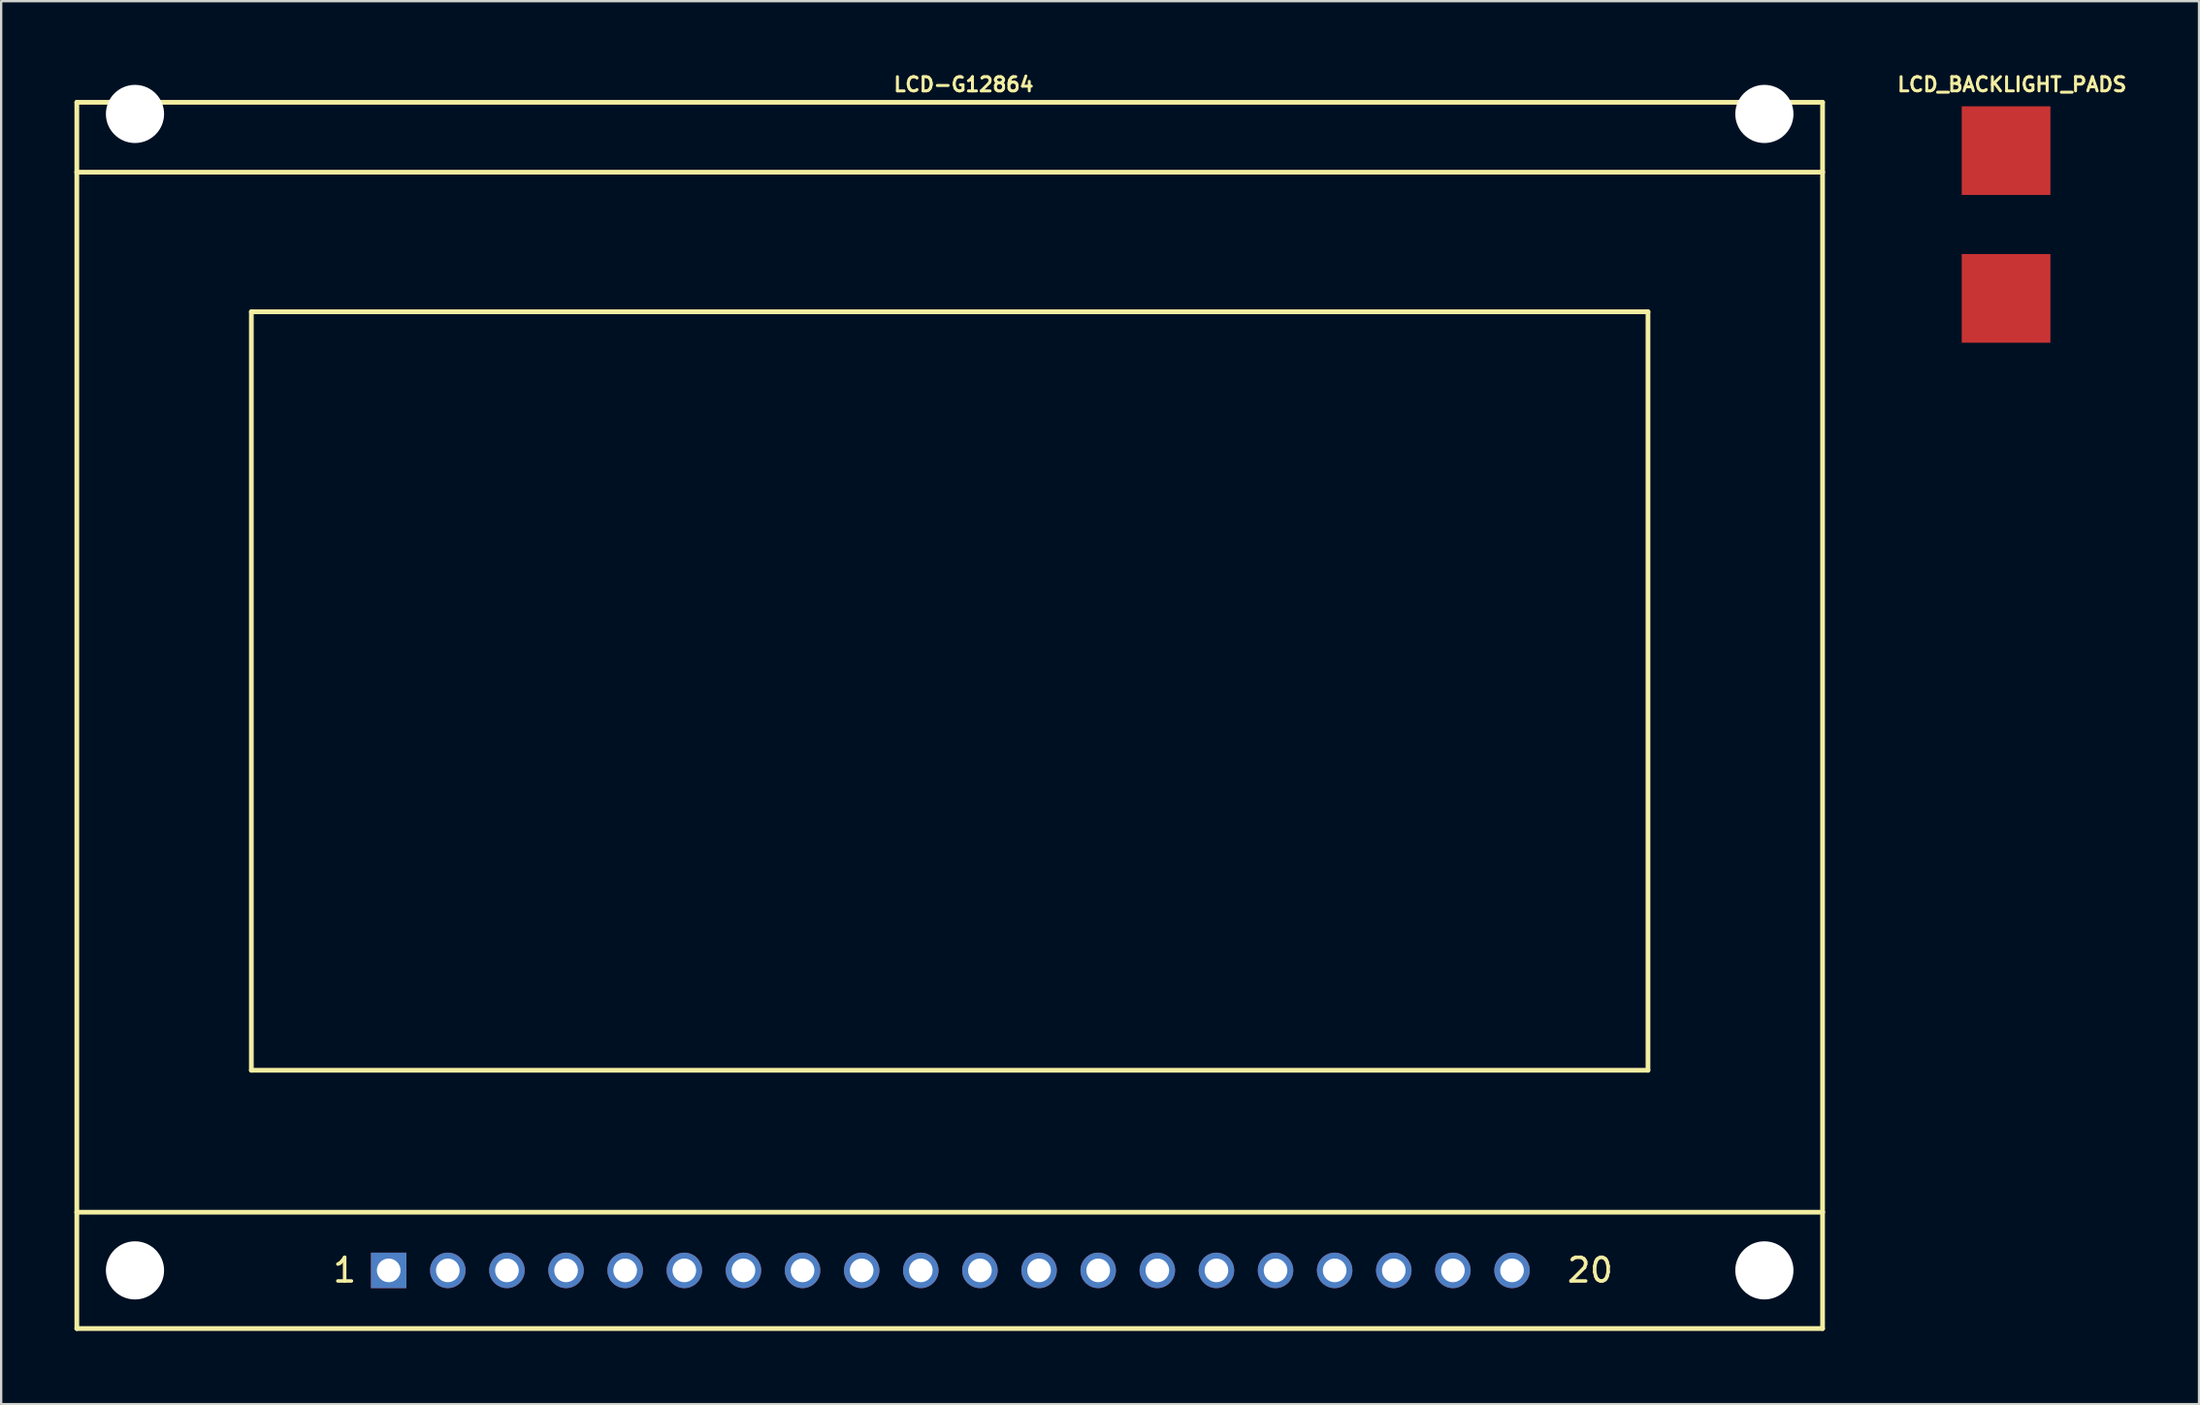
<source format=kicad_pcb>
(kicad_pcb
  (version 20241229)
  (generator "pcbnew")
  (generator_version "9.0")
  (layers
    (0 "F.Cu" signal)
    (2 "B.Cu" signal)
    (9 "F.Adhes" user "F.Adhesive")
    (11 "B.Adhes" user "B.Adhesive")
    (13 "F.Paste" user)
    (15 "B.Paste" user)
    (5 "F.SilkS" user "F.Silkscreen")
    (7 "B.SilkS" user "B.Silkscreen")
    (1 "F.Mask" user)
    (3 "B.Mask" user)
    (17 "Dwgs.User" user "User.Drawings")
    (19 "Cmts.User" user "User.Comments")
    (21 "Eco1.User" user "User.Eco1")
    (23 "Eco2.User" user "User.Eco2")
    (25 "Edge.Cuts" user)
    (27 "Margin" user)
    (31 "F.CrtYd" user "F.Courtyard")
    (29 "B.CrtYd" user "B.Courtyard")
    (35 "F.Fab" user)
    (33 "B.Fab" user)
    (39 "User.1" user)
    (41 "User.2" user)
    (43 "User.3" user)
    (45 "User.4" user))
  (footprint "LCD_BACKLIGHT_PADS"
    (layer "F.Cu")
    (at 83.132 9.774)
    (property "Reference" "LCD_BACKLIGHT_PADS" (at 0.254 -9.195 0) (layer "F.SilkS") (effects (font (size 0.61 0.61) (thickness 0.127))))
    (attr smd)
    (pad "P$1" smd rect (at 0 0) (size 3.81 3.81) (layers "F.Cu" "F.Mask" "F.Paste"))
    (pad "P$2" smd rect (at 0 -6.35) (size 3.81 3.81) (layers "F.Cu" "F.Mask" "F.Paste")))
  (footprint "LCD-G12864"
    (layer "F.Cu")
    (at 0.25 54.047)
    (property "Reference" "LCD-G12864" (at 38.1 -53.467 0) (layer "F.SilkS") (effects (font (size 0.61 0.61) (thickness 0.127))))
    (attr exclude_from_pos_files exclude_from_bom)
    (fp_line (start 0 -52.7) (end 74.999 -52.7) (stroke (width 0.203) (type solid)) (layer "F.SilkS"))
    (fp_line (start 0 -49.698) (end 0 -52.7) (stroke (width 0.203) (type solid)) (layer "F.SilkS"))
    (fp_line (start 0 -49.698) (end 74.999 -49.698) (stroke (width 0.203) (type solid)) (layer "F.SilkS"))
    (fp_line (start 0 -4.999) (end 0 -49.698) (stroke (width 0.203) (type solid)) (layer "F.SilkS"))
    (fp_line (start 0 0) (end 0 -4.999) (stroke (width 0.203) (type solid)) (layer "F.SilkS"))
    (fp_line (start 7.498 -43.698) (end 67.498 -43.698) (stroke (width 0.203) (type solid)) (layer "F.SilkS"))
    (fp_line (start 7.498 -11.1) (end 7.498 -43.698) (stroke (width 0.203) (type solid)) (layer "F.SilkS"))
    (fp_line (start 67.498 -43.698) (end 67.498 -11.1) (stroke (width 0.203) (type solid)) (layer "F.SilkS"))
    (fp_line (start 67.498 -11.1) (end 7.498 -11.1) (stroke (width 0.203) (type solid)) (layer "F.SilkS"))
    (fp_line (start 74.999 -52.7) (end 74.999 -49.698) (stroke (width 0.203) (type solid)) (layer "F.SilkS"))
    (fp_line (start 74.999 -49.698) (end 74.999 -4.999) (stroke (width 0.203) (type solid)) (layer "F.SilkS"))
    (fp_line (start 74.999 -4.999) (end 0 -4.999) (stroke (width 0.203) (type solid)) (layer "F.SilkS"))
    (fp_line (start 74.999 -4.999) (end 74.999 0) (stroke (width 0.203) (type solid)) (layer "F.SilkS"))
    (fp_line (start 74.999 0) (end 0 0) (stroke (width 0.203) (type solid)) (layer "F.SilkS"))
    (fp_text user "20" (at 65.014 -2.507 0) (layer "F.SilkS") (effects (font (size 1.016 1.016) (thickness 0.152))))
    (fp_text user "1" (at 11.506 -2.507 0) (layer "F.SilkS") (effects (font (size 1.016 1.016) (thickness 0.152))))
    (pad "" np_thru_hole circle (at 2.499 -52.2) (size 2.499 2.499) (drill 2.499) (layers "*.Cu" "*.Mask"))
    (pad "" np_thru_hole circle (at 2.499 -2.499) (size 2.499 2.499) (drill 2.499) (layers "*.Cu" "*.Mask"))
    (pad "" np_thru_hole circle (at 72.499 -52.2) (size 2.499 2.499) (drill 2.499) (layers "*.Cu" "*.Mask"))
    (pad "" np_thru_hole circle (at 72.499 -2.499) (size 2.499 2.499) (drill 2.499) (layers "*.Cu" "*.Mask"))
    (pad "1" thru_hole rect (at 13.399 -2.499) (size 1.524 1.524) (drill 1.016) (layers "*.Cu" "*.Paste" "*.Mask"))
    (pad "2" thru_hole circle (at 15.938 -2.499) (size 1.524 1.524) (drill 1.016) (layers "*.Cu" "*.Paste" "*.Mask"))
    (pad "3" thru_hole circle (at 18.479 -2.499) (size 1.524 1.524) (drill 1.016) (layers "*.Cu" "*.Paste" "*.Mask"))
    (pad "4" thru_hole circle (at 21.018 -2.499) (size 1.524 1.524) (drill 1.016) (layers "*.Cu" "*.Paste" "*.Mask"))
    (pad "5" thru_hole circle (at 23.558 -2.499) (size 1.524 1.524) (drill 1.016) (layers "*.Cu" "*.Paste" "*.Mask"))
    (pad "6" thru_hole circle (at 26.099 -2.499) (size 1.524 1.524) (drill 1.016) (layers "*.Cu" "*.Paste" "*.Mask"))
    (pad "7" thru_hole circle (at 28.639 -2.499) (size 1.524 1.524) (drill 1.016) (layers "*.Cu" "*.Paste" "*.Mask"))
    (pad "8" thru_hole circle (at 31.178 -2.499) (size 1.524 1.524) (drill 1.016) (layers "*.Cu" "*.Paste" "*.Mask"))
    (pad "9" thru_hole circle (at 33.718 -2.499) (size 1.524 1.524) (drill 1.016) (layers "*.Cu" "*.Paste" "*.Mask"))
    (pad "10" thru_hole circle (at 36.258 -2.499) (size 1.524 1.524) (drill 1.016) (layers "*.Cu" "*.Paste" "*.Mask"))
    (pad "11" thru_hole circle (at 38.798 -2.499) (size 1.524 1.524) (drill 1.016) (layers "*.Cu" "*.Paste" "*.Mask"))
    (pad "12" thru_hole circle (at 41.339 -2.499) (size 1.524 1.524) (drill 1.016) (layers "*.Cu" "*.Paste" "*.Mask"))
    (pad "13" thru_hole circle (at 43.879 -2.499) (size 1.524 1.524) (drill 1.016) (layers "*.Cu" "*.Paste" "*.Mask"))
    (pad "14" thru_hole circle (at 46.419 -2.499) (size 1.524 1.524) (drill 1.016) (layers "*.Cu" "*.Paste" "*.Mask"))
    (pad "15" thru_hole circle (at 48.959 -2.499) (size 1.524 1.524) (drill 1.016) (layers "*.Cu" "*.Paste" "*.Mask"))
    (pad "16" thru_hole circle (at 51.498 -2.499) (size 1.524 1.524) (drill 1.016) (layers "*.Cu" "*.Paste" "*.Mask"))
    (pad "17" thru_hole circle (at 54.038 -2.499) (size 1.524 1.524) (drill 1.016) (layers "*.Cu" "*.Paste" "*.Mask"))
    (pad "18" thru_hole circle (at 56.578 -2.499) (size 1.524 1.524) (drill 1.016) (layers "*.Cu" "*.Paste" "*.Mask"))
    (pad "19" thru_hole circle (at 59.118 -2.499) (size 1.524 1.524) (drill 1.016) (layers "*.Cu" "*.Paste" "*.Mask"))
    (pad "20" thru_hole circle (at 61.658 -2.499) (size 1.524 1.524) (drill 1.016) (layers "*.Cu" "*.Paste" "*.Mask")))
  (gr_rect
    (start -3 -3)
    (end 91.421 57.297)
    (stroke (width 0.1) (type default))
    (fill no)
    (layer "Edge.Cuts")))
</source>
